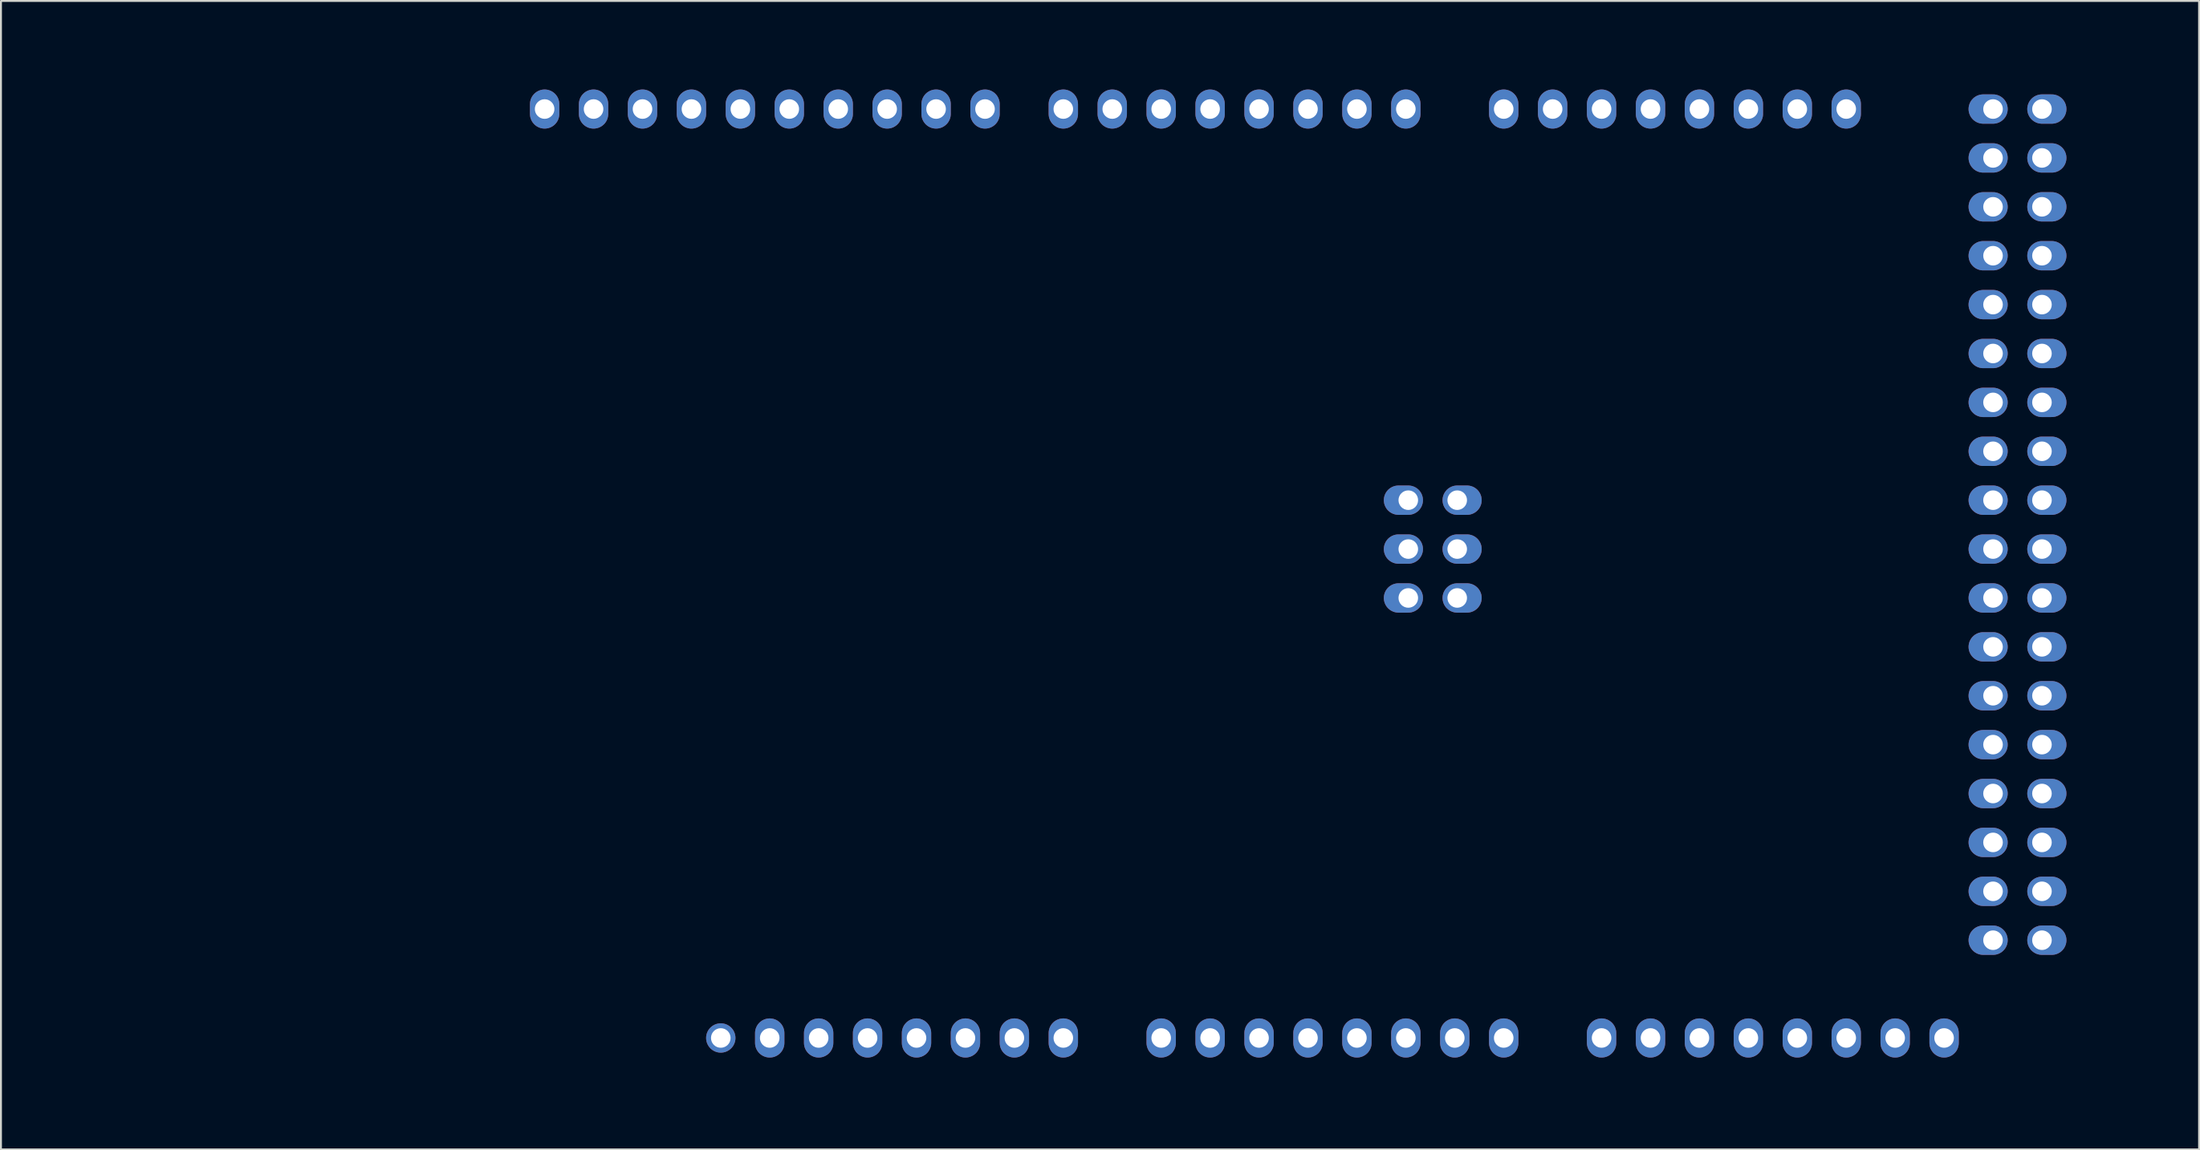
<source format=kicad_pcb>
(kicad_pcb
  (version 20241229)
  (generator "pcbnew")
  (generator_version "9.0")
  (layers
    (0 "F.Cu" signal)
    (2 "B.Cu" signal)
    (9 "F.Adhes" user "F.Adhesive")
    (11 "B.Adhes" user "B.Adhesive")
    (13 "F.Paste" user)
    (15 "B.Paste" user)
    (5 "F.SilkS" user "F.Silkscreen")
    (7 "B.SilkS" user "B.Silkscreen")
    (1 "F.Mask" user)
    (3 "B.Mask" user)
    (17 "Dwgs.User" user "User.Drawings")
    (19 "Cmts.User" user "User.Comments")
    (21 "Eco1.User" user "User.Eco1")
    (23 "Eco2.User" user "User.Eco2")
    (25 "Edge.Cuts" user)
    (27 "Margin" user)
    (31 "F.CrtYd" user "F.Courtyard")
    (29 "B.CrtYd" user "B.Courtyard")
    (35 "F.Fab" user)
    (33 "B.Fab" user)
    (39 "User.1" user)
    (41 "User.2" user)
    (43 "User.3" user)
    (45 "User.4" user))
  (footprint "ARDUINO_MEGA_R3-2560"
    (layer "F.Cu")
    (at 6.425 53.415)
    (property "Reference" "ARDUINO_MEGA_R3-2560" (at 19.304 -8.382 0) (layer "Eco1.User") (effects (font (size 1 1) (thickness 0.15))))
    (attr through_hole)
    (fp_line (start 30.734 -43.18) (end 28.702 -45.72) (stroke (width 0.15) (type solid)) (layer "Eco1.User"))
    (fp_line (start 39.624 -43.18) (end 30.734 -43.18) (stroke (width 0.15) (type solid)) (layer "Eco1.User"))
    (fp_line (start 40.64 -4.064) (end 40.894 -4.318) (stroke (width 0.15) (type solid)) (layer "Eco1.User"))
    (fp_line (start 40.894 -4.318) (end 42.926 -4.318) (stroke (width 0.15) (type solid)) (layer "Eco1.User"))
    (fp_line (start 42.926 -4.318) (end 43.18 -4.064) (stroke (width 0.15) (type solid)) (layer "Eco1.User"))
    (fp_line (start 53.34 -10.16) (end 50.8 -7.62) (stroke (width 0.15) (type solid)) (layer "Eco1.User"))
    (fp_line (start 55.88 -43.18) (end 44.196 -43.18) (stroke (width 0.15) (type solid)) (layer "Eco1.User"))
    (fp_line (start 58.42 -45.72) (end 55.88 -43.18) (stroke (width 0.15) (type solid)) (layer "Eco1.User"))
    (fp_line (start 60.198 -10.16) (end 53.34 -10.16) (stroke (width 0.15) (type solid)) (layer "Eco1.User"))
    (fp_line (start 60.452 -46.736) (end 61.468 -46.736) (stroke (width 0.15) (type solid)) (layer "Eco1.User"))
    (fp_line (start 60.96 -48.006) (end 60.452 -46.736) (stroke (width 0.15) (type solid)) (layer "Eco1.User"))
    (fp_line (start 61.468 -46.736) (end 60.96 -48.006) (stroke (width 0.15) (type solid)) (layer "Eco1.User"))
    (fp_line (start 62.23 -31.75) (end 67.31 -31.75) (stroke (width 0.15) (type solid)) (layer "Eco1.User"))
    (fp_line (start 62.23 -24.13) (end 62.23 -31.75) (stroke (width 0.15) (type solid)) (layer "Eco1.User"))
    (fp_line (start 62.992 -48.006) (end 64.008 -48.006) (stroke (width 0.15) (type solid)) (layer "Eco1.User"))
    (fp_line (start 63.5 -46.736) (end 62.992 -48.006) (stroke (width 0.15) (type solid)) (layer "Eco1.User"))
    (fp_line (start 63.5 -41.148) (end 60.96 -43.18) (stroke (width 0.15) (type solid)) (layer "Eco1.User"))
    (fp_line (start 64.008 -48.006) (end 63.5 -46.736) (stroke (width 0.15) (type solid)) (layer "Eco1.User"))
    (fp_line (start 67.31 -31.75) (end 67.31 -24.13) (stroke (width 0.15) (type solid)) (layer "Eco1.User"))
    (fp_line (start 67.31 -24.13) (end 62.23 -24.13) (stroke (width 0.15) (type solid)) (layer "Eco1.User"))
    (fp_line (start 67.818 -41.148) (end 63.5 -41.148) (stroke (width 0.15) (type solid)) (layer "Eco1.User"))
    (fp_line (start 69.088 -10.16) (end 80.01 -10.16) (stroke (width 0.15) (type solid)) (layer "Eco1.User"))
    (fp_line (start 80.01 -10.16) (end 82.55 -7.62) (stroke (width 0.15) (type solid)) (layer "Eco1.User"))
    (fp_line (start 80.518 -41.148) (end 83.82 -41.148) (stroke (width 0.15) (type solid)) (layer "Eco1.User"))
    (fp_line (start 86.36 -43.18) (end 83.82 -41.148) (stroke (width 0.15) (type solid)) (layer "Eco1.User"))
    (fp_line (start 88.9 -47.244) (end 90.17 -48.26) (stroke (width 0.15) (type solid)) (layer "Eco1.User"))
    (fp_line (start 88.9 -31.496) (end 88.9 -47.244) (stroke (width 0.15) (type solid)) (layer "Eco1.User"))
    (fp_line (start 88.9 -11.176) (end 88.9 -25.4) (stroke (width 0.15) (type solid)) (layer "Eco1.User"))
    (fp_line (start 90.17 -10.16) (end 88.9 -11.176) (stroke (width 0.15) (type solid)) (layer "Eco1.User"))
    (fp_line (start -6.35 -43.815) (end -6.35 -32.385) (stroke (width 0.15) (type solid)) (layer "Eco2.User"))
    (fp_line (start -6.35 -43.815) (end 9.525 -43.815) (stroke (width 0.15) (type solid)) (layer "Eco2.User"))
    (fp_line (start -6.35 -32.385) (end 9.525 -32.385) (stroke (width 0.15) (type solid)) (layer "Eco2.User"))
    (fp_line (start -1.905 -12.065) (end -1.905 -3.175) (stroke (width 0.15) (type solid)) (layer "Eco2.User"))
    (fp_line (start -1.905 -12.065) (end 11.43 -12.065) (stroke (width 0.15) (type solid)) (layer "Eco2.User"))
    (fp_line (start -1.905 -3.175) (end 11.43 -3.175) (stroke (width 0.15) (type solid)) (layer "Eco2.User"))
    (fp_line (start 0 -53.34) (end 0 0) (stroke (width 0.15) (type solid)) (layer "Eco2.User"))
    (fp_line (start 0 0) (end 99.06 0) (stroke (width 0.15) (type solid)) (layer "Eco2.User"))
    (fp_line (start 9.525 -43.815) (end 9.525 -32.385) (stroke (width 0.15) (type solid)) (layer "Eco2.User"))
    (fp_line (start 11.43 -3.175) (end 11.43 -12.065) (stroke (width 0.15) (type solid)) (layer "Eco2.User"))
    (fp_line (start 96.52 -53.34) (end 0 -53.34) (stroke (width 0.15) (type solid)) (layer "Eco2.User"))
    (fp_line (start 99.06 -50.8) (end 96.52 -53.34) (stroke (width 0.15) (type solid)) (layer "Eco2.User"))
    (fp_line (start 99.06 -40.64) (end 99.06 -50.8) (stroke (width 0.15) (type solid)) (layer "Eco2.User"))
    (fp_line (start 99.06 -1.27) (end 101.6 -3.81) (stroke (width 0.15) (type solid)) (layer "Eco2.User"))
    (fp_line (start 99.06 0) (end 99.06 -1.27) (stroke (width 0.15) (type solid)) (layer "Eco2.User"))
    (fp_line (start 101.6 -38.1) (end 99.06 -40.64) (stroke (width 0.15) (type solid)) (layer "Eco2.User"))
    (fp_line (start 101.6 -3.81) (end 101.6 -38.1) (stroke (width 0.15) (type solid)) (layer "Eco2.User"))
    (fp_circle (center 13.97 -2.54) (end 15.557 -2.54) (stroke (width 0.15) (type solid)) (fill no) (layer "Eco2.User"))
    (fp_circle (center 15.24 -50.8) (end 16.828 -50.8) (stroke (width 0.15) (type solid)) (fill no) (layer "Eco2.User"))
    (fp_circle (center 66.04 -35.56) (end 67.627 -35.56) (stroke (width 0.15) (type solid)) (fill no) (layer "Eco2.User"))
    (fp_circle (center 66.04 -7.62) (end 67.627 -7.62) (stroke (width 0.15) (type solid)) (fill no) (layer "Eco2.User"))
    (fp_circle (center 90.17 -50.8) (end 91.757 -50.8) (stroke (width 0.15) (type solid)) (fill no) (layer "Eco2.User"))
    (fp_circle (center 96.52 -2.54) (end 98.108 -2.54) (stroke (width 0.15) (type solid)) (fill no) (layer "Eco2.User"))
    (fp_text user "CAN" (at 91.44 -5.842 90) (layer "Eco1.User") (effects (font (size 1 1) (thickness 0.15))))
    (fp_text user "GND" (at 95.25 -5.334 0) (layer "Eco1.User") (effects (font (size 1 1) (thickness 0.15))))
    (fp_text user "JACK" (at 5.08 -5.842 0) (layer "Eco1.User") (effects (font (size 1 1) (thickness 0.15))))
    (fp_text user "SCL 21" (at 86.36 -46.736 90) (layer "Eco1.User") (effects (font (size 1 1) (thickness 0.15))))
    (fp_text user "48" (at 91.44 -15.24 0) (layer "Eco1.User") (effects (font (size 1 1) (thickness 0.15))))
    (fp_text user "A1" (at 53.34 -5.08 90) (layer "Eco1.User") (effects (font (size 1 1) (thickness 0.15))))
    (fp_text user "MISO" (at 60.198 -30.48 0) (layer "Eco1.User") (effects (font (size 1 1) (thickness 0.15))))
    (fp_text user "5V" (at 95.25 -52.324 0) (layer "Eco1.User") (effects (font (size 1 1) (thickness 0.15))))
    (fp_text user "24" (at 91.44 -45.72 0) (layer "Eco1.User") (effects (font (size 1 1) (thickness 0.15))))
    (fp_text user "9" (at 39.116 -48.26 90) (layer "Eco1.User") (effects (font (size 1 1) (thickness 0.15))))
    (fp_text user "AREF" (at 23.876 -47.498 90) (layer "Eco1.User") (effects (font (size 1 1) (thickness 0.15))))
    (fp_text user "40" (at 91.44 -25.4 0) (layer "Eco1.User") (effects (font (size 1 1) (thickness 0.15))))
    (fp_text user "POWER" (at 5.334 -8.636 0) (layer "Eco1.User") (effects (font (size 1 1) (thickness 0.15))))
    (fp_text user "RX2 17" (at 76.2 -46.736 90) (layer "Eco1.User") (effects (font (size 1 1) (thickness 0.15))))
    (fp_text user "A3" (at 58.42 -5.08 90) (layer "Eco1.User") (effects (font (size 1 1) (thickness 0.15))))
    (fp_text user "RX1 19" (at 81.28 -46.736 90) (layer "Eco1.User") (effects (font (size 1 1) (thickness 0.15))))
    (fp_text user "SDA 20" (at 83.82 -46.736 90) (layer "Eco1.User") (effects (font (size 1 1) (thickness 0.15))))
    (fp_text user "TX1 18" (at 78.74 -46.736 90) (layer "Eco1.User") (effects (font (size 1 1) (thickness 0.15))))
    (fp_text user "RX3 15" (at 71.12 -46.736 90) (layer "Eco1.User") (effects (font (size 1 1) (thickness 0.15))))
    (fp_text user "RESET" (at 33.02 -6.858 90) (layer "Eco1.User") (effects (font (size 1 1) (thickness 0.15))))
    (fp_text user "A7" (at 68.58 -5.08 90) (layer "Eco1.User") (effects (font (size 1 1) (thickness 0.15))))
    (fp_text user "DAC2" (at 83.82 -6.096 90) (layer "Eco1.User") (effects (font (size 1 1) (thickness 0.15))))
    (fp_text user "7" (at 45.72 -48.26 90) (layer "Eco1.User") (effects (font (size 1 1) (thickness 0.15))))
    (fp_text user "10" (at 36.576 -48.26 90) (layer "Eco1.User") (effects (font (size 1 1) (thickness 0.15))))
    (fp_text user "SCK" (at 60.452 -27.94 0) (layer "Eco1.User") (effects (font (size 1 1) (thickness 0.15))))
    (fp_text user "6" (at 48.26 -48.26 90) (layer "Eco1.User") (effects (font (size 1 1) (thickness 0.15))))
    (fp_text user "USB" (at 4.826 -39.624 0) (layer "Eco1.User") (effects (font (size 1 1) (thickness 0.15))))
    (fp_text user "GND" (at 69.342 -25.4 0) (layer "Eco1.User") (effects (font (size 1 1) (thickness 0.15))))
    (fp_text user "38" (at 91.44 -27.94 0) (layer "Eco1.User") (effects (font (size 1 1) (thickness 0.15))))
    (fp_text user "A9" (at 76.2 -5.08 90) (layer "Eco1.User") (effects (font (size 1 1) (thickness 0.15))))
    (fp_text user "32" (at 91.44 -35.56 0) (layer "Eco1.User") (effects (font (size 1 1) (thickness 0.15))))
    (fp_text user "MOSI" (at 69.596 -27.94 0) (layer "Eco1.User") (effects (font (size 1 1) (thickness 0.15))))
    (fp_text user "22" (at 91.44 -48.26 0) (layer "Eco1.User") (effects (font (size 1 1) (thickness 0.15))))
    (fp_text user "ANALOG IN" (at 64.516 -10.16 0) (layer "Eco1.User") (effects (font (size 1 1) (thickness 0.15))))
    (fp_text user "GND" (at 41.91 -5.08 0) (layer "Eco1.User") (effects (font (size 1 1) (thickness 0.15))))
    (fp_text user "A11" (at 81.28 -5.588 90) (layer "Eco1.User") (effects (font (size 1 1) (thickness 0.15))))
    (fp_text user "36" (at 91.44 -30.48 0) (layer "Eco1.User") (effects (font (size 1 1) (thickness 0.15))))
    (fp_text user "13" (at 28.956 -48.26 90) (layer "Eco1.User") (effects (font (size 1 1) (thickness 0.15))))
    (fp_text user "A10" (at 78.74 -5.588 90) (layer "Eco1.User") (effects (font (size 1 1) (thickness 0.15))))
    (fp_text user "5" (at 50.8 -48.26 90) (layer "Eco1.User") (effects (font (size 1 1) (thickness 0.15))))
    (fp_text user "52" (at 91.44 -10.16 0) (layer "Eco1.User") (effects (font (size 1 1) (thickness 0.15))))
    (fp_text user "A5" (at 63.5 -5.08 90) (layer "Eco1.User") (effects (font (size 1 1) (thickness 0.15))))
    (fp_text user "A4" (at 60.96 -5.08 90) (layer "Eco1.User") (effects (font (size 1 1) (thickness 0.15))))
    (fp_text user "A0" (at 50.8 -5.08 90) (layer "Eco1.User") (effects (font (size 1 1) (thickness 0.15))))
    (fp_text user "TX2 16" (at 73.66 -46.736 90) (layer "Eco1.User") (effects (font (size 1 1) (thickness 0.15))))
    (fp_text user "A8" (at 73.66 -5.08 90) (layer "Eco1.User") (effects (font (size 1 1) (thickness 0.15))))
    (fp_text user "12" (at 31.496 -48.26 90) (layer "Eco1.User") (effects (font (size 1 1) (thickness 0.15))))
    (fp_text user "3V3" (at 35.56 -6.096 90) (layer "Eco1.User") (effects (font (size 1 1) (thickness 0.15))))
    (fp_text user "4" (at 53.34 -48.26 90) (layer "Eco1.User") (effects (font (size 1 1) (thickness 0.15))))
    (fp_text user "RX   0" (at 63.5 -46.736 90) (layer "Eco1.User") (effects (font (size 1 1) (thickness 0.15))))
    (fp_text user "VIN" (at 45.974 -5.588 90) (layer "Eco1.User") (effects (font (size 1 1) (thickness 0.15))))
    (fp_text user "5V" (at 38.1 -5.588 90) (layer "Eco1.User") (effects (font (size 1 1) (thickness 0.15))))
    (fp_text user "IOREF" (at 30.48 -6.858 90) (layer "Eco1.User") (effects (font (size 1 1) (thickness 0.15))))
    (fp_text user "A6" (at 66.04 -5.08 90) (layer "Eco1.User") (effects (font (size 1 1) (thickness 0.15))))
    (fp_text user "8" (at 41.656 -48.26 90) (layer "Eco1.User") (effects (font (size 1 1) (thickness 0.15))))
    (fp_text user "28" (at 91.44 -40.64 0) (layer "Eco1.User") (effects (font (size 1 1) (thickness 0.15))))
    (fp_text user "2" (at 58.42 -48.26 90) (layer "Eco1.User") (effects (font (size 1 1) (thickness 0.15))))
    (fp_text user "TX   1" (at 60.96 -46.736 90) (layer "Eco1.User") (effects (font (size 1 1) (thickness 0.15))))
    (fp_text user "JACK" (at 4.826 -37.592 0) (layer "Eco1.User") (effects (font (size 1 1) (thickness 0.15))))
    (fp_text user "11" (at 34.036 -48.26 90) (layer "Eco1.User") (effects (font (size 1 1) (thickness 0.15))))
    (fp_text user "30" (at 91.44 -38.1 0) (layer "Eco1.User") (effects (font (size 1 1) (thickness 0.15))))
    (fp_text user "ICSP" (at 64.77 -22.86 0) (layer "Eco1.User") (effects (font (size 1 1) (thickness 0.15))))
    (fp_text user "PWM" (at 41.91 -43.18 0) (layer "Eco1.User") (effects (font (size 1 1) (thickness 0.15))))
    (fp_text user "50" (at 91.44 -12.7 0) (layer "Eco1.User") (effects (font (size 1 1) (thickness 0.15))))
    (fp_text user "SCL1" (at 18.796 -47.498 90) (layer "Eco1.User") (effects (font (size 1 1) (thickness 0.15))))
    (fp_text user "DIGITAL" (at 88.9 -28.448 90) (layer "Eco1.User") (effects (font (size 1 1) (thickness 0.15))))
    (fp_text user "TX3 14" (at 68.58 -46.736 90) (layer "Eco1.User") (effects (font (size 1 1) (thickness 0.15))))
    (fp_text user "A2" (at 55.88 -5.08 90) (layer "Eco1.User") (effects (font (size 1 1) (thickness 0.15))))
    (fp_text user "34" (at 91.44 -33.02 0) (layer "Eco1.User") (effects (font (size 1 1) (thickness 0.15))))
    (fp_text user "42" (at 91.44 -22.86 0) (layer "Eco1.User") (effects (font (size 1 1) (thickness 0.15))))
    (fp_text user "5V" (at 68.834 -30.734 0) (layer "Eco1.User") (effects (font (size 1 1) (thickness 0.15))))
    (fp_text user "44" (at 91.44 -20.32 0) (layer "Eco1.User") (effects (font (size 1 1) (thickness 0.15))))
    (fp_text user "26" (at 91.44 -43.18 0) (layer "Eco1.User") (effects (font (size 1 1) (thickness 0.15))))
    (fp_text user "COMMUNICATION" (at 74.168 -41.148 0) (layer "Eco1.User") (effects (font (size 1 1) (thickness 0.15))))
    (fp_text user "3" (at 55.88 -48.26 90) (layer "Eco1.User") (effects (font (size 1 1) (thickness 0.15))))
    (fp_text user "SDA1" (at 21.336 -47.498 90) (layer "Eco1.User") (effects (font (size 1 1) (thickness 0.15))))
    (fp_text user "46" (at 91.44 -17.78 0) (layer "Eco1.User") (effects (font (size 1 1) (thickness 0.15))))
    (fp_text user "GND" (at 26.416 -47.752 90) (layer "Eco1.User") (effects (font (size 1 1) (thickness 0.15))))
    (fp_text user "CAN" (at 88.9 -5.588 90) (layer "Eco1.User") (effects (font (size 1 1) (thickness 0.15))))
    (fp_text user "DAC1" (at 86.36 -6.096 90) (layer "Eco1.User") (effects (font (size 1 1) (thickness 0.15))))
    (pad "" np_thru_hole circle (at 27.94 -2.54) (size 1.524 1.524) (drill 1.016) (layers "*.Cu" "*.Mask"))
    (pad "0" thru_hole oval (at 63.5 -50.8) (size 1.524 2.032) (drill 1.016) (layers "*.Cu" "*.Mask"))
    (pad "1" thru_hole oval (at 60.96 -50.8) (size 1.524 2.032) (drill 1.016) (layers "*.Cu" "*.Mask"))
    (pad "2" thru_hole oval (at 58.42 -50.8) (size 1.524 2.032) (drill 1.016) (layers "*.Cu" "*.Mask"))
    (pad "3" thru_hole oval (at 55.88 -50.8) (size 1.524 2.032) (drill 1.016) (layers "*.Cu" "*.Mask"))
    (pad "3V3" thru_hole oval (at 35.56 -2.54) (size 1.524 2.032) (drill 1.016) (layers "*.Cu" "*.Mask"))
    (pad "4" thru_hole oval (at 53.34 -50.8) (size 1.524 2.032) (drill 1.016) (layers "*.Cu" "*.Mask"))
    (pad "5" thru_hole oval (at 50.8 -50.8) (size 1.524 2.032) (drill 1.016) (layers "*.Cu" "*.Mask"))
    (pad "5V" thru_hole oval (at 38.1 -2.54) (size 1.524 2.032) (drill 1.016) (layers "*.Cu" "*.Mask"))
    (pad "5V" thru_hole oval (at 66.167 -30.48 90) (size 1.524 2.032) (drill 1.016 (offset 0 0.254)) (layers "*.Cu" "*.Mask"))
    (pad "5V" thru_hole oval (at 93.98 -50.8 90) (size 1.524 2.032) (drill 1.016 (offset 0 -0.254)) (layers "*.Cu" "*.Mask"))
    (pad "5V" thru_hole oval (at 96.52 -50.8 90) (size 1.524 2.032) (drill 1.016 (offset 0 0.254)) (layers "*.Cu" "*.Mask"))
    (pad "6" thru_hole oval (at 48.26 -50.8) (size 1.524 2.032) (drill 1.016) (layers "*.Cu" "*.Mask"))
    (pad "7" thru_hole oval (at 45.72 -50.8) (size 1.524 2.032) (drill 1.016) (layers "*.Cu" "*.Mask"))
    (pad "8" thru_hole oval (at 41.656 -50.8) (size 1.524 2.032) (drill 1.016) (layers "*.Cu" "*.Mask"))
    (pad "9" thru_hole oval (at 39.116 -50.8) (size 1.524 2.032) (drill 1.016) (layers "*.Cu" "*.Mask"))
    (pad "10" thru_hole oval (at 36.576 -50.8) (size 1.524 2.032) (drill 1.016) (layers "*.Cu" "*.Mask"))
    (pad "11" thru_hole oval (at 34.036 -50.8) (size 1.524 2.032) (drill 1.016) (layers "*.Cu" "*.Mask"))
    (pad "12" thru_hole oval (at 31.496 -50.8) (size 1.524 2.032) (drill 1.016) (layers "*.Cu" "*.Mask"))
    (pad "13" thru_hole oval (at 28.956 -50.8) (size 1.524 2.032) (drill 1.016) (layers "*.Cu" "*.Mask"))
    (pad "14" thru_hole oval (at 68.58 -50.8) (size 1.524 2.032) (drill 1.016) (layers "*.Cu" "*.Mask"))
    (pad "15" thru_hole oval (at 71.12 -50.8) (size 1.524 2.032) (drill 1.016) (layers "*.Cu" "*.Mask"))
    (pad "16" thru_hole oval (at 73.66 -50.8) (size 1.524 2.032) (drill 1.016) (layers "*.Cu" "*.Mask"))
    (pad "17" thru_hole oval (at 76.2 -50.8) (size 1.524 2.032) (drill 1.016) (layers "*.Cu" "*.Mask"))
    (pad "18" thru_hole oval (at 78.74 -50.8) (size 1.524 2.032) (drill 1.016) (layers "*.Cu" "*.Mask"))
    (pad "19" thru_hole oval (at 81.28 -50.8) (size 1.524 2.032) (drill 1.016) (layers "*.Cu" "*.Mask"))
    (pad "20" thru_hole oval (at 83.82 -50.8) (size 1.524 2.032) (drill 1.016) (layers "*.Cu" "*.Mask"))
    (pad "21" thru_hole oval (at 86.36 -50.8) (size 1.524 2.032) (drill 1.016) (layers "*.Cu" "*.Mask"))
    (pad "22" thru_hole oval (at 93.98 -48.26 90) (size 1.524 2.032) (drill 1.016 (offset 0 -0.254)) (layers "*.Cu" "*.Mask"))
    (pad "23" thru_hole oval (at 96.52 -48.26 90) (size 1.524 2.032) (drill 1.016 (offset 0 0.254)) (layers "*.Cu" "*.Mask"))
    (pad "24" thru_hole oval (at 93.98 -45.72 90) (size 1.524 2.032) (drill 1.016 (offset 0 -0.254)) (layers "*.Cu" "*.Mask"))
    (pad "25" thru_hole oval (at 96.52 -45.72 90) (size 1.524 2.032) (drill 1.016 (offset 0 0.254)) (layers "*.Cu" "*.Mask"))
    (pad "26" thru_hole oval (at 93.98 -43.18 90) (size 1.524 2.032) (drill 1.016 (offset 0 -0.254)) (layers "*.Cu" "*.Mask"))
    (pad "27" thru_hole oval (at 96.52 -43.18 90) (size 1.524 2.032) (drill 1.016 (offset 0 0.254)) (layers "*.Cu" "*.Mask"))
    (pad "28" thru_hole oval (at 93.98 -40.64 90) (size 1.524 2.032) (drill 1.016 (offset 0 -0.254)) (layers "*.Cu" "*.Mask"))
    (pad "29" thru_hole oval (at 96.52 -40.64 90) (size 1.524 2.032) (drill 1.016 (offset 0 0.254)) (layers "*.Cu" "*.Mask"))
    (pad "30" thru_hole oval (at 93.98 -38.1 90) (size 1.524 2.032) (drill 1.016 (offset 0 -0.254)) (layers "*.Cu" "*.Mask"))
    (pad "31" thru_hole oval (at 96.52 -38.1 90) (size 1.524 2.032) (drill 1.016 (offset 0 0.254)) (layers "*.Cu" "*.Mask"))
    (pad "32" thru_hole oval (at 93.98 -35.56 90) (size 1.524 2.032) (drill 1.016 (offset 0 -0.254)) (layers "*.Cu" "*.Mask"))
    (pad "33" thru_hole oval (at 96.52 -35.56 90) (size 1.524 2.032) (drill 1.016 (offset 0 0.254)) (layers "*.Cu" "*.Mask"))
    (pad "34" thru_hole oval (at 93.98 -33.02 90) (size 1.524 2.032) (drill 1.016 (offset 0 -0.254)) (layers "*.Cu" "*.Mask"))
    (pad "35" thru_hole oval (at 96.52 -33.02 90) (size 1.524 2.032) (drill 1.016 (offset 0 0.254)) (layers "*.Cu" "*.Mask"))
    (pad "36" thru_hole oval (at 93.98 -30.48 90) (size 1.524 2.032) (drill 1.016 (offset 0 -0.254)) (layers "*.Cu" "*.Mask"))
    (pad "37" thru_hole oval (at 96.52 -30.48 90) (size 1.524 2.032) (drill 1.016 (offset 0 0.254)) (layers "*.Cu" "*.Mask"))
    (pad "38" thru_hole oval (at 93.98 -27.94 90) (size 1.524 2.032) (drill 1.016 (offset 0 -0.254)) (layers "*.Cu" "*.Mask"))
    (pad "39" thru_hole oval (at 96.52 -27.94 90) (size 1.524 2.032) (drill 1.016 (offset 0 0.254)) (layers "*.Cu" "*.Mask"))
    (pad "40" thru_hole oval (at 93.98 -25.4 90) (size 1.524 2.032) (drill 1.016 (offset 0 -0.254)) (layers "*.Cu" "*.Mask"))
    (pad "41" thru_hole oval (at 96.52 -25.4 90) (size 1.524 2.032) (drill 1.016 (offset 0 0.254)) (layers "*.Cu" "*.Mask"))
    (pad "42" thru_hole oval (at 93.98 -22.86 90) (size 1.524 2.032) (drill 1.016 (offset 0 -0.254)) (layers "*.Cu" "*.Mask"))
    (pad "43" thru_hole oval (at 96.52 -22.86 90) (size 1.524 2.032) (drill 1.016 (offset 0 0.254)) (layers "*.Cu" "*.Mask"))
    (pad "44" thru_hole oval (at 93.98 -20.32 90) (size 1.524 2.032) (drill 1.016 (offset 0 -0.254)) (layers "*.Cu" "*.Mask"))
    (pad "45" thru_hole oval (at 96.52 -20.32 90) (size 1.524 2.032) (drill 1.016 (offset 0 0.254)) (layers "*.Cu" "*.Mask"))
    (pad "46" thru_hole oval (at 93.98 -17.78 90) (size 1.524 2.032) (drill 1.016 (offset 0 -0.254)) (layers "*.Cu" "*.Mask"))
    (pad "47" thru_hole oval (at 96.52 -17.78 90) (size 1.524 2.032) (drill 1.016 (offset 0 0.254)) (layers "*.Cu" "*.Mask"))
    (pad "48" thru_hole oval (at 93.98 -15.24 90) (size 1.524 2.032) (drill 1.016 (offset 0 -0.254)) (layers "*.Cu" "*.Mask"))
    (pad "49" thru_hole oval (at 96.52 -15.24 90) (size 1.524 2.032) (drill 1.016 (offset 0 0.254)) (layers "*.Cu" "*.Mask"))
    (pad "50" thru_hole oval (at 63.627 -30.48 90) (size 1.524 2.032) (drill 1.016 (offset 0 -0.254)) (layers "*.Cu" "*.Mask"))
    (pad "50" thru_hole oval (at 93.98 -12.7 90) (size 1.524 2.032) (drill 1.016 (offset 0 -0.254)) (layers "*.Cu" "*.Mask"))
    (pad "51" thru_hole oval (at 66.167 -27.94 90) (size 1.524 2.032) (drill 1.016 (offset 0 0.254)) (layers "*.Cu" "*.Mask"))
    (pad "51" thru_hole oval (at 96.52 -12.7 90) (size 1.524 2.032) (drill 1.016 (offset 0 0.254)) (layers "*.Cu" "*.Mask"))
    (pad "52" thru_hole oval (at 63.627 -27.94 90) (size 1.524 2.032) (drill 1.016 (offset 0 -0.254)) (layers "*.Cu" "*.Mask"))
    (pad "52" thru_hole oval (at 93.98 -10.16 90) (size 1.524 2.032) (drill 1.016 (offset 0 -0.254)) (layers "*.Cu" "*.Mask"))
    (pad "53" thru_hole oval (at 96.52 -10.16 90) (size 1.524 2.032) (drill 1.016 (offset 0 0.254)) (layers "*.Cu" "*.Mask"))
    (pad "A0" thru_hole oval (at 50.8 -2.54) (size 1.524 2.032) (drill 1.016) (layers "*.Cu" "*.Mask"))
    (pad "A1" thru_hole oval (at 53.34 -2.54) (size 1.524 2.032) (drill 1.016) (layers "*.Cu" "*.Mask"))
    (pad "A2" thru_hole oval (at 55.88 -2.54) (size 1.524 2.032) (drill 1.016) (layers "*.Cu" "*.Mask"))
    (pad "A3" thru_hole oval (at 58.42 -2.54) (size 1.524 2.032) (drill 1.016) (layers "*.Cu" "*.Mask"))
    (pad "A4" thru_hole oval (at 60.96 -2.54) (size 1.524 2.032) (drill 1.016) (layers "*.Cu" "*.Mask"))
    (pad "A5" thru_hole oval (at 63.5 -2.54) (size 1.524 2.032) (drill 1.016) (layers "*.Cu" "*.Mask"))
    (pad "A6" thru_hole oval (at 66.04 -2.54) (size 1.524 2.032) (drill 1.016) (layers "*.Cu" "*.Mask"))
    (pad "A7" thru_hole oval (at 68.58 -2.54) (size 1.524 2.032) (drill 1.016) (layers "*.Cu" "*.Mask"))
    (pad "A8" thru_hole oval (at 73.66 -2.54) (size 1.524 2.032) (drill 1.016) (layers "*.Cu" "*.Mask"))
    (pad "A9" thru_hole oval (at 76.2 -2.54) (size 1.524 2.032) (drill 1.016) (layers "*.Cu" "*.Mask"))
    (pad "A10" thru_hole oval (at 78.74 -2.54) (size 1.524 2.032) (drill 1.016) (layers "*.Cu" "*.Mask"))
    (pad "A11" thru_hole oval (at 81.28 -2.54) (size 1.524 2.032) (drill 1.016) (layers "*.Cu" "*.Mask"))
    (pad "A12" thru_hole oval (at 83.82 -2.54) (size 1.524 2.032) (drill 1.016) (layers "*.Cu" "*.Mask"))
    (pad "A13" thru_hole oval (at 86.36 -2.54) (size 1.524 2.032) (drill 1.016) (layers "*.Cu" "*.Mask"))
    (pad "A14" thru_hole oval (at 88.9 -2.54) (size 1.524 2.032) (drill 1.016) (layers "*.Cu" "*.Mask"))
    (pad "A15" thru_hole oval (at 91.44 -2.54) (size 1.524 2.032) (drill 1.016) (layers "*.Cu" "*.Mask"))
    (pad "AREF" thru_hole oval (at 23.876 -50.8) (size 1.524 2.032) (drill 1.016) (layers "*.Cu" "*.Mask"))
    (pad "GND" thru_hole oval (at 26.416 -50.8) (size 1.524 2.032) (drill 1.016) (layers "*.Cu" "*.Mask"))
    (pad "GND" thru_hole oval (at 40.64 -2.54) (size 1.524 2.032) (drill 1.016) (layers "*.Cu" "*.Mask"))
    (pad "GND" thru_hole oval (at 43.18 -2.54) (size 1.524 2.032) (drill 1.016) (layers "*.Cu" "*.Mask"))
    (pad "GND" thru_hole oval (at 66.167 -25.4 90) (size 1.524 2.032) (drill 1.016 (offset 0 0.254)) (layers "*.Cu" "*.Mask"))
    (pad "GND" thru_hole oval (at 93.98 -7.62 90) (size 1.524 2.032) (drill 1.016 (offset 0 -0.254)) (layers "*.Cu" "*.Mask"))
    (pad "GND" thru_hole oval (at 96.52 -7.62 90) (size 1.524 2.032) (drill 1.016 (offset 0 0.254)) (layers "*.Cu" "*.Mask"))
    (pad "IOR" thru_hole oval (at 30.48 -2.54) (size 1.524 2.032) (drill 1.016) (layers "*.Cu" "*.Mask"))
    (pad "RST" thru_hole oval (at 33.02 -2.54 180) (size 1.524 2.032) (drill 1.016) (layers "*.Cu" "*.Mask"))
    (pad "RST" thru_hole oval (at 63.627 -25.4 270) (size 1.524 2.032) (drill 1.016 (offset 0 0.254)) (layers "*.Cu" "*.Mask"))
    (pad "SCL1" thru_hole oval (at 18.796 -50.8) (size 1.524 2.032) (drill 1.016) (layers "*.Cu" "*.Mask"))
    (pad "SDA1" thru_hole oval (at 21.336 -50.8) (size 1.524 2.032) (drill 1.016) (layers "*.Cu" "*.Mask"))
    (pad "VIN" thru_hole oval (at 45.72 -2.54) (size 1.524 2.032) (drill 1.016) (layers "*.Cu" "*.Mask")))
  (gr_rect
    (start -3 -3)
    (end 111.1 56.665)
    (stroke (width 0.1) (type default))
    (fill no)
    (layer "Edge.Cuts")))
</source>
